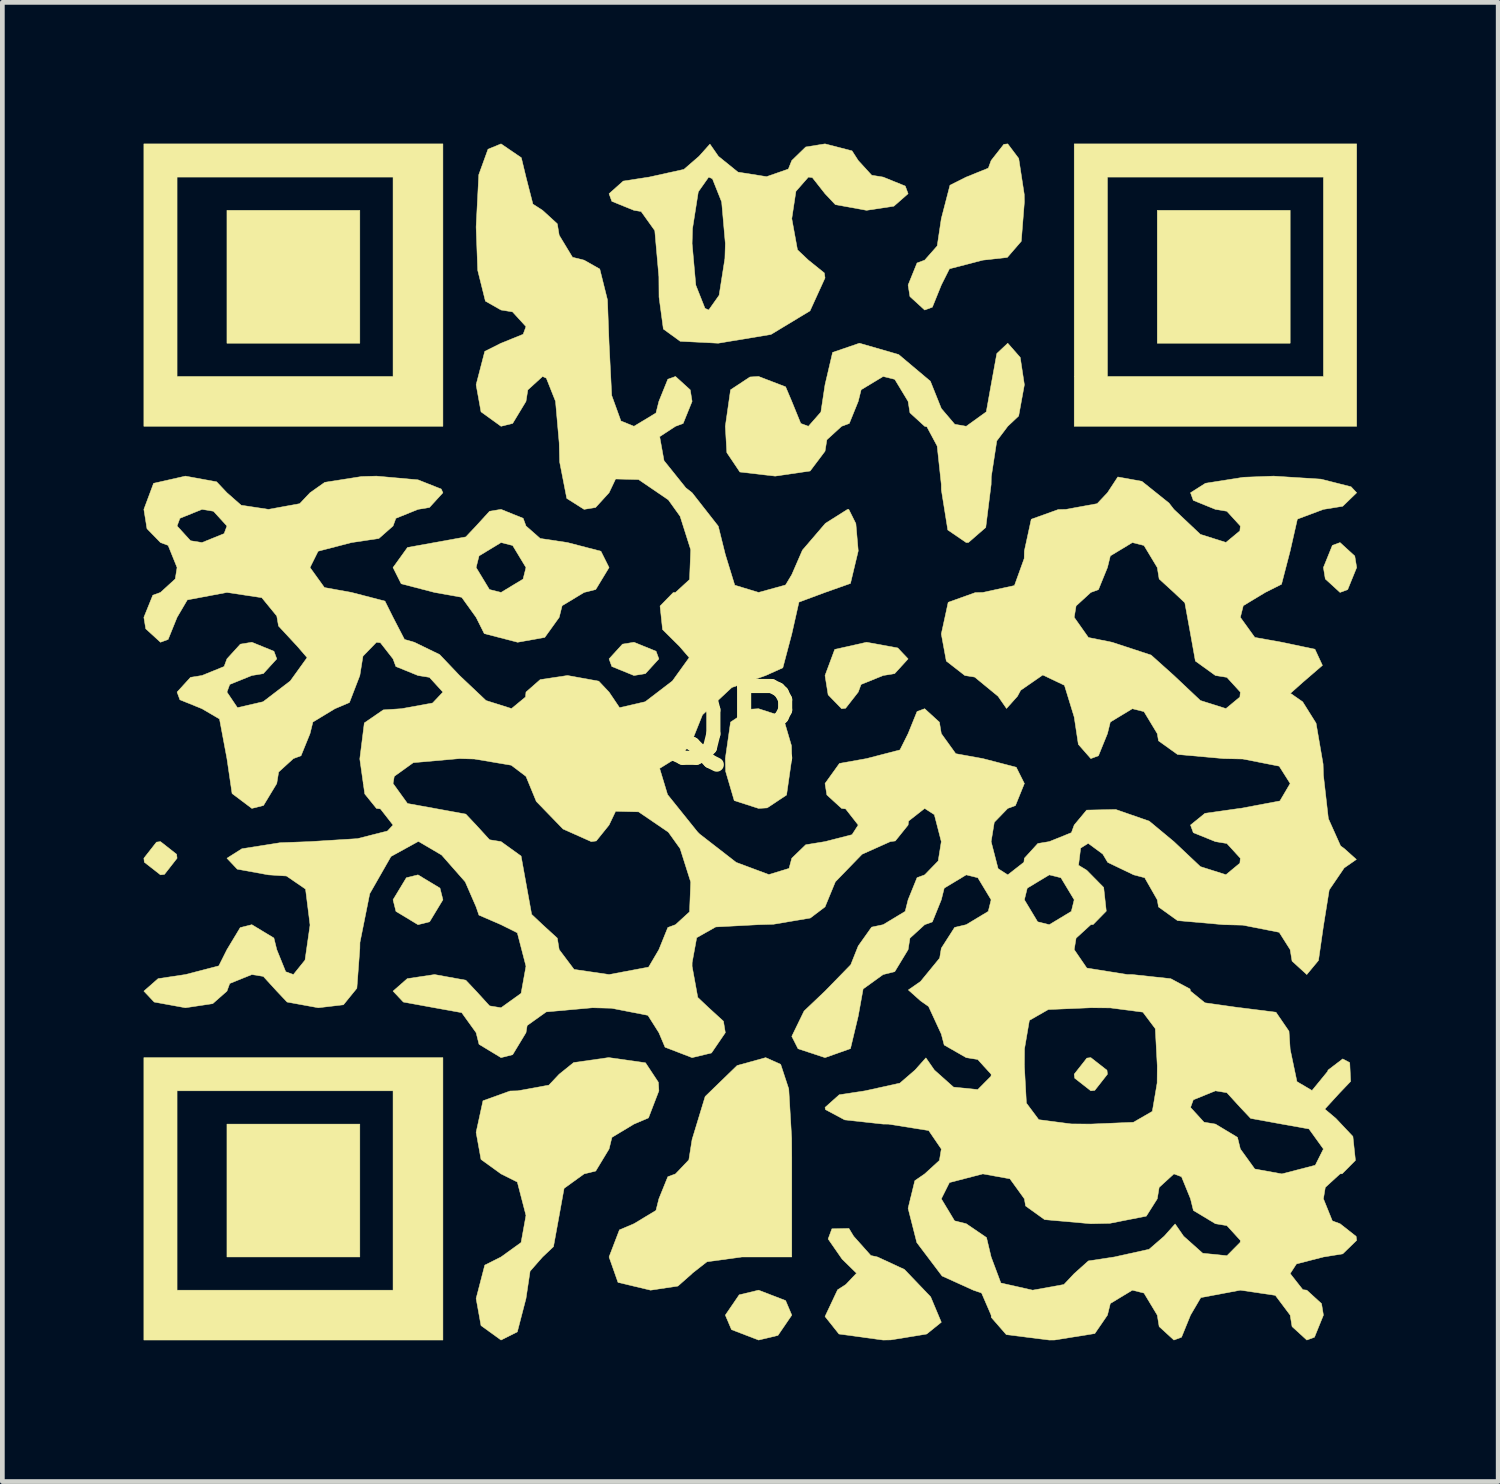
<source format=kicad_pcb>
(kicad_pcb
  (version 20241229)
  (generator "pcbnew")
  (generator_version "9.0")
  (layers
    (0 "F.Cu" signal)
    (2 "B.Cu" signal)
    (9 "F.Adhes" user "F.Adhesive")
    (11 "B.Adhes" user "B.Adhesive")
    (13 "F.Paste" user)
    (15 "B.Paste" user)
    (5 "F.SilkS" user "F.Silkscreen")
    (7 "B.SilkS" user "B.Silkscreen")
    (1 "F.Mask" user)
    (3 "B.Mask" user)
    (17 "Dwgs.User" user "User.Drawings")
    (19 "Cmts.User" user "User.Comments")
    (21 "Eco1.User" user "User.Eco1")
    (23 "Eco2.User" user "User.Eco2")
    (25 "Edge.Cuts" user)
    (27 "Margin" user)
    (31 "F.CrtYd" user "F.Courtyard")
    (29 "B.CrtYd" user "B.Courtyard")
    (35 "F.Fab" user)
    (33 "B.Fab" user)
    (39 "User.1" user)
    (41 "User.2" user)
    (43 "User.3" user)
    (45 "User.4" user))
  (footprint "QR"
    (layer "F.Cu")
    (at 12.352 12.352)
    (property "Reference" "QR" (at 0 0 0) (layer "F.SilkS") (effects (font (size 1.524 1.524) (thickness 0.3))))
    (attr through_hole)
    (fp_poly (pts (xy -7.761 -8.114) (xy -10.583 -8.114) (xy -10.583 -10.936) (xy -7.761 -10.936) (xy -7.761 -8.114)) (stroke (width 0.01) (type solid)) (fill yes) (layer "F.SilkS"))
    (fp_poly (pts (xy -7.761 11.289) (xy -10.583 11.289) (xy -10.583 8.467) (xy -7.761 8.467) (xy -7.761 11.289)) (stroke (width 0.01) (type solid)) (fill yes) (layer "F.SilkS"))
    (fp_poly (pts (xy 11.994 -8.114) (xy 9.172 -8.114) (xy 9.172 -10.936) (xy 11.994 -10.936) (xy 11.994 -8.114)) (stroke (width 0.01) (type solid)) (fill yes) (layer "F.SilkS"))
    (fp_poly (pts (xy -11.652 2.738) (xy -11.642 2.822) (xy -11.91 3.165) (xy -11.994 3.175) (xy -12.337 2.907) (xy -12.347 2.822) (xy -12.079 2.48) (xy -11.994 2.469) (xy -11.652 2.738)) (stroke (width 0.01) (type solid)) (fill yes) (layer "F.SilkS"))
    (fp_poly (pts (xy -6.059 3.457) (xy -5.997 3.704) (xy -6.28 4.172) (xy -6.526 4.233) (xy -6.994 3.951) (xy -7.056 3.704) (xy -6.773 3.236) (xy -6.526 3.175) (xy -6.059 3.457)) (stroke (width 0.01) (type solid)) (fill yes) (layer "F.SilkS"))
    (fp_poly (pts (xy -1.471 -1.573) (xy -1.411 -1.411) (xy -1.697 -1.098) (xy -1.94 -1.058) (xy -2.41 -1.249) (xy -2.469 -1.411) (xy -2.184 -1.724) (xy -1.94 -1.764) (xy -1.471 -1.573)) (stroke (width 0.01) (type solid)) (fill yes) (layer "F.SilkS"))
    (fp_poly (pts (xy 1.28 12.215) (xy 1.411 12.524) (xy 1.117 12.955) (xy 0.706 13.053) (xy 0.131 12.832) (xy 0 12.524) (xy 0.294 12.093) (xy 0.706 11.994) (xy 1.28 12.215)) (stroke (width 0.01) (type solid)) (fill yes) (layer "F.SilkS"))
    (fp_poly (pts (xy 8.104 7.324) (xy 8.114 7.408) (xy 7.845 7.751) (xy 7.761 7.761) (xy 7.419 7.493) (xy 7.408 7.408) (xy 7.677 7.066) (xy 7.761 7.056) (xy 8.104 7.324)) (stroke (width 0.01) (type solid)) (fill yes) (layer "F.SilkS"))
    (fp_poly (pts (xy 13.366 -3.595) (xy 13.406 -3.351) (xy 13.215 -2.882) (xy 13.053 -2.822) (xy 12.74 -3.108) (xy 12.7 -3.351) (xy 12.89 -3.821) (xy 13.053 -3.881) (xy 13.366 -3.595)) (stroke (width 0.01) (type solid)) (fill yes) (layer "F.SilkS"))
    (fp_poly (pts (xy -5.997 -6.35) (xy -12.347 -6.35) (xy -12.347 -11.642) (xy -11.642 -11.642) (xy -11.642 -7.408) (xy -7.056 -7.408) (xy -7.056 -11.642) (xy -11.642 -11.642) (xy -12.347 -11.642) (xy -12.347 -12.347) (xy -5.997 -12.347) (xy -5.997 -6.35)) (stroke (width 0.01) (type solid)) (fill yes) (layer "F.SilkS"))
    (fp_poly (pts (xy -5.997 13.053) (xy -12.347 13.053) (xy -12.347 7.761) (xy -11.642 7.761) (xy -11.642 11.994) (xy -7.056 11.994) (xy -7.056 7.761) (xy -11.642 7.761) (xy -12.347 7.761) (xy -12.347 7.056) (xy -5.997 7.056) (xy -5.997 13.053)) (stroke (width 0.01) (type solid)) (fill yes) (layer "F.SilkS"))
    (fp_poly (pts (xy 13.406 -6.35) (xy 7.408 -6.35) (xy 7.408 -11.642) (xy 8.114 -11.642) (xy 8.114 -7.408) (xy 12.7 -7.408) (xy 12.7 -11.642) (xy 8.114 -11.642) (xy 7.408 -11.642) (xy 7.408 -12.347) (xy 13.406 -12.347) (xy 13.406 -6.35)) (stroke (width 0.01) (type solid)) (fill yes) (layer "F.SilkS"))
    (fp_poly (pts (xy 1.222 -0.186) (xy 1.404 0.432) (xy 1.411 0.706) (xy 1.3 1.48) (xy 0.888 1.753) (xy 0.706 1.764) (xy 0.189 1.598) (xy 0.007 0.979) (xy 0 0.706) (xy 0.111 -0.069) (xy 0.523 -0.342) (xy 0.706 -0.353) (xy 1.222 -0.186)) (stroke (width 0.01) (type solid)) (fill yes) (layer "F.SilkS"))
    (fp_poly (pts (xy 3.662 -1.643) (xy 3.881 -1.411) (xy 3.595 -1.098) (xy 3.351 -1.058) (xy 2.882 -0.868) (xy 2.822 -0.706) (xy 2.554 -0.363) (xy 2.469 -0.353) (xy 2.183 -0.648) (xy 2.117 -1.058) (xy 2.323 -1.612) (xy 2.999 -1.764) (xy 3.662 -1.643)) (stroke (width 0.01) (type solid)) (fill yes) (layer "F.SilkS"))
    (fp_poly (pts (xy 2.724 10.848) (xy 3.09 11.258) (xy 3.23 11.289) (xy 3.803 11.554) (xy 4.36 12.136) (xy 4.586 12.675) (xy 4.276 12.925) (xy 3.514 13.05) (xy 3.351 13.053) (xy 2.413 12.925) (xy 2.117 12.553) (xy 2.384 11.986) (xy 2.558 11.874) (xy 2.786 11.634) (xy 2.48 11.335) (xy 2.183 10.907) (xy 2.263 10.691) (xy 2.624 10.683) (xy 2.724 10.848)) (stroke (width 0.01) (type solid)) (fill yes) (layer "F.SilkS"))
    (fp_poly (pts (xy 6.23 -12.037) (xy 6.347 -11.275) (xy 6.35 -11.113) (xy 6.284 -10.278) (xy 5.988 -9.936) (xy 5.468 -9.878) (xy 4.759 -9.694) (xy 4.586 -9.349) (xy 4.396 -8.879) (xy 4.233 -8.819) (xy 3.92 -9.105) (xy 3.881 -9.349) (xy 4.071 -9.818) (xy 4.233 -9.878) (xy 4.499 -10.18) (xy 4.586 -10.76) (xy 4.77 -11.469) (xy 5.115 -11.642) (xy 5.585 -11.832) (xy 5.644 -11.994) (xy 5.913 -12.337) (xy 5.997 -12.347) (xy 6.23 -12.037)) (stroke (width 0.01) (type solid)) (fill yes) (layer "F.SilkS"))
    (fp_poly (pts (xy 1.175 7.198) (xy 1.347 7.721) (xy 1.408 8.765) (xy 1.411 9.172) (xy 1.411 11.289) (xy 0.353 11.289) (xy -0.39 11.391) (xy -0.705 11.637) (xy -0.706 11.642) (xy -1.007 11.907) (xy -1.587 11.994) (xy -2.279 11.829) (xy -2.469 11.289) (xy -2.249 10.714) (xy -1.94 10.583) (xy -1.473 10.301) (xy -1.411 10.054) (xy -1.221 9.585) (xy -1.058 9.525) (xy -0.775 9.228) (xy -0.706 8.794) (xy -0.428 7.881) (xy 0.25 7.224) (xy 0.857 7.056) (xy 1.175 7.198)) (stroke (width 0.01) (type solid)) (fill yes) (layer "F.SilkS"))
    (fp_poly (pts (xy -4.293 -4.396) (xy -4.233 -4.233) (xy -3.931 -3.968) (xy -3.351 -3.881) (xy -2.642 -3.697) (xy -2.469 -3.351) (xy -2.752 -2.884) (xy -2.999 -2.822) (xy -3.466 -2.54) (xy -3.528 -2.293) (xy -3.834 -1.867) (xy -4.41 -1.764) (xy -5.119 -1.948) (xy -5.292 -2.293) (xy -5.598 -2.719) (xy -6.174 -2.822) (xy -6.883 -3.006) (xy -7.056 -3.351) (xy -5.292 -3.351) (xy -5.009 -2.884) (xy -4.763 -2.822) (xy -4.295 -3.105) (xy -4.233 -3.351) (xy -4.516 -3.819) (xy -4.763 -3.881) (xy -5.23 -3.598) (xy -5.292 -3.351) (xy -7.056 -3.351) (xy -6.749 -3.777) (xy -6.174 -3.881) (xy -5.511 -4.001) (xy -5.292 -4.233) (xy -5.006 -4.546) (xy -4.763 -4.586) (xy -4.293 -4.396)) (stroke (width 0.01) (type solid)) (fill yes) (layer "F.SilkS"))
    (fp_poly (pts (xy -1.695 7.166) (xy -1.422 7.579) (xy -1.411 7.761) (xy -1.632 8.336) (xy -1.94 8.467) (xy -2.408 8.749) (xy -2.469 8.996) (xy -2.752 9.464) (xy -2.999 9.525) (xy -3.424 9.832) (xy -3.528 10.407) (xy -3.649 11.07) (xy -3.881 11.289) (xy -4.146 11.591) (xy -4.233 12.171) (xy -4.417 12.88) (xy -4.763 13.053) (xy -5.188 12.746) (xy -5.292 12.171) (xy -5.108 11.462) (xy -4.763 11.289) (xy -4.337 10.982) (xy -4.233 10.407) (xy -4.417 9.698) (xy -4.763 9.525) (xy -5.188 9.218) (xy -5.292 8.643) (xy -5.146 7.972) (xy -4.572 7.765) (xy -4.41 7.761) (xy -3.747 7.64) (xy -3.528 7.408) (xy -3.221 7.161) (xy -2.483 7.056) (xy -2.469 7.056) (xy -1.695 7.166)) (stroke (width 0.01) (type solid)) (fill yes) (layer "F.SilkS"))
    (fp_poly (pts (xy 3.68 -7.874) (xy 4.354 -7.307) (xy 4.586 -6.728) (xy 4.871 -6.393) (xy 5.115 -6.35) (xy 5.541 -6.657) (xy 5.644 -7.232) (xy 5.765 -7.895) (xy 5.997 -8.114) (xy 6.262 -7.812) (xy 6.35 -7.232) (xy 6.229 -6.569) (xy 5.997 -6.35) (xy 5.764 -6.04) (xy 5.647 -5.277) (xy 5.644 -5.115) (xy 5.53 -4.202) (xy 5.163 -3.883) (xy 5.115 -3.881) (xy 4.724 -4.148) (xy 4.587 -5.003) (xy 4.586 -5.115) (xy 4.498 -5.931) (xy 4.28 -6.339) (xy 4.233 -6.35) (xy 3.92 -6.636) (xy 3.881 -6.879) (xy 3.598 -7.347) (xy 3.351 -7.408) (xy 2.884 -7.126) (xy 2.822 -6.879) (xy 2.632 -6.41) (xy 2.469 -6.35) (xy 2.156 -6.064) (xy 2.117 -5.821) (xy 1.801 -5.401) (xy 1.058 -5.292) (xy 0.309 -5.379) (xy 0.032 -5.791) (xy 0 -6.35) (xy 0.111 -7.125) (xy 0.523 -7.397) (xy 0.706 -7.408) (xy 1.28 -7.188) (xy 1.411 -6.879) (xy 1.602 -6.41) (xy 1.764 -6.35) (xy 2.029 -6.652) (xy 2.117 -7.232) (xy 2.278 -7.919) (xy 2.847 -8.114) (xy 2.847 -8.114) (xy 3.68 -7.874)) (stroke (width 0.01) (type solid)) (fill yes) (layer "F.SilkS"))
    (fp_poly (pts (xy 2.69 -12.199) (xy 2.822 -11.994) (xy 3.108 -11.681) (xy 3.351 -11.642) (xy 3.821 -11.451) (xy 3.881 -11.289) (xy 3.579 -11.024) (xy 2.999 -10.936) (xy 2.336 -11.057) (xy 2.117 -11.289) (xy 1.848 -11.631) (xy 1.764 -11.642) (xy 1.499 -11.34) (xy 1.411 -10.76) (xy 1.532 -10.097) (xy 1.764 -9.878) (xy 2.102 -9.606) (xy 2.117 -9.5) (xy 1.798 -8.801) (xy 0.969 -8.3) (xy -0.151 -8.114) (xy -0.958 -8.155) (xy -1.316 -8.415) (xy -1.408 -9.096) (xy -1.411 -9.525) (xy -1.474 -10.231) (xy -0.706 -10.231) (xy -0.627 -9.347) (xy -0.432 -8.855) (xy -0.353 -8.819) (xy -0.132 -9.132) (xy -0.009 -9.914) (xy 0 -10.231) (xy -0.078 -11.114) (xy -0.274 -11.606) (xy -0.353 -11.642) (xy -0.574 -11.329) (xy -0.697 -10.547) (xy -0.706 -10.231) (xy -1.474 -10.231) (xy -1.498 -10.506) (xy -1.788 -10.911) (xy -1.94 -10.936) (xy -2.41 -11.127) (xy -2.469 -11.289) (xy -2.168 -11.557) (xy -1.617 -11.642) (xy -0.88 -11.805) (xy -0.559 -12.083) (xy -0.327 -12.342) (xy -0.147 -12.083) (xy 0.269 -11.747) (xy 0.876 -11.651) (xy 1.338 -11.812) (xy 1.411 -11.994) (xy 1.707 -12.281) (xy 2.117 -12.347) (xy 2.69 -12.199)) (stroke (width 0.01) (type solid)) (fill yes) (layer "F.SilkS"))
    (fp_poly (pts (xy -4.332 -12.053) (xy -4.233 -11.642) (xy -4.086 -11.068) (xy -3.881 -10.936) (xy -3.568 -10.65) (xy -3.528 -10.407) (xy -3.245 -9.939) (xy -2.999 -9.878) (xy -2.666 -9.689) (xy -2.503 -9.035) (xy -2.469 -8.114) (xy -2.413 -7.005) (xy -2.217 -6.463) (xy -1.94 -6.35) (xy -1.473 -6.632) (xy -1.411 -6.879) (xy -1.221 -7.349) (xy -1.058 -7.408) (xy -0.745 -7.123) (xy -0.706 -6.879) (xy -0.896 -6.41) (xy -1.058 -6.35) (xy -1.394 -6.13) (xy -1.302 -5.62) (xy -0.839 -5.043) (xy -0.706 -4.939) (xy -0.15 -4.229) (xy 0 -3.626) (xy 0.2 -2.976) (xy 0.706 -2.822) (xy 1.279 -2.98) (xy 1.411 -3.2) (xy 1.637 -3.72) (xy 2.125 -4.289) (xy 2.592 -4.584) (xy 2.621 -4.586) (xy 2.772 -4.283) (xy 2.822 -3.704) (xy 2.657 -3.013) (xy 2.117 -2.822) (xy 1.563 -2.616) (xy 1.411 -1.94) (xy 1.221 -1.222) (xy 0.857 -1.058) (xy 0.137 -0.803) (xy -0.485 -0.223) (xy -0.706 0.328) (xy -0.959 0.69) (xy -1.058 0.706) (xy -1.395 0.915) (xy -1.227 1.471) (xy -0.589 2.265) (xy -0.545 2.309) (xy 0.23 2.91) (xy 0.924 3.169) (xy 1.353 3.038) (xy 1.411 2.822) (xy 1.707 2.536) (xy 2.117 2.469) (xy 2.69 2.322) (xy 2.822 2.117) (xy 2.554 1.774) (xy 2.469 1.764) (xy 2.156 1.478) (xy 2.117 1.235) (xy 2.423 0.809) (xy 2.999 0.706) (xy 3.708 0.522) (xy 3.881 0.176) (xy 4.071 -0.293) (xy 4.233 -0.353) (xy 4.546 -0.067) (xy 4.586 0.176) (xy 4.893 0.602) (xy 5.468 0.706) (xy 6.177 0.89) (xy 6.35 1.235) (xy 6.16 1.704) (xy 5.997 1.764) (xy 5.711 2.059) (xy 5.644 2.469) (xy 5.792 3.043) (xy 5.997 3.175) (xy 6.34 2.907) (xy 6.35 2.822) (xy 6.636 2.509) (xy 6.879 2.469) (xy 7.349 2.279) (xy 7.408 2.117) (xy 7.672 1.8) (xy 8.29 1.787) (xy 9.001 2.034) (xy 9.525 2.469) (xy 10.088 3) (xy 10.63 3.172) (xy 10.926 2.927) (xy 10.936 2.822) (xy 10.65 2.509) (xy 10.407 2.469) (xy 9.937 2.279) (xy 9.878 2.117) (xy 10.184 1.869) (xy 10.923 1.764) (xy 10.936 1.764) (xy 11.776 1.606) (xy 11.994 1.235) (xy 11.761 0.867) (xy 10.989 0.715) (xy 10.583 0.706) (xy 9.602 0.618) (xy 9.198 0.329) (xy 9.172 0.176) (xy 8.89 -0.291) (xy 8.643 -0.353) (xy 8.175 -0.07) (xy 8.114 0.176) (xy 7.923 0.646) (xy 7.761 0.706) (xy 7.496 0.404) (xy 7.408 -0.176) (xy 7.201 -0.85) (xy 6.741 -1.069) (xy 6.271 -0.744) (xy 6.203 -0.617) (xy 5.971 -0.358) (xy 5.791 -0.617) (xy 5.296 -1.024) (xy 5.086 -1.058) (xy 4.692 -1.365) (xy 4.586 -1.94) (xy 4.663 -2.293) (xy 7.408 -2.293) (xy 7.71 -1.865) (xy 8.212 -1.764) (xy 9.041 -1.492) (xy 9.525 -1.058) (xy 10.088 -0.527) (xy 10.63 -0.356) (xy 10.926 -0.601) (xy 10.936 -0.706) (xy 10.65 -1.019) (xy 10.407 -1.058) (xy 9.981 -1.365) (xy 9.878 -1.94) (xy 9.757 -2.603) (xy 9.525 -2.822) (xy 9.212 -3.108) (xy 9.172 -3.351) (xy 8.89 -3.819) (xy 8.643 -3.881) (xy 8.175 -3.598) (xy 8.114 -3.351) (xy 7.923 -2.882) (xy 7.761 -2.822) (xy 7.448 -2.536) (xy 7.408 -2.293) (xy 4.663 -2.293) (xy 4.732 -2.612) (xy 5.306 -2.818) (xy 5.468 -2.822) (xy 6.139 -2.968) (xy 6.346 -3.542) (xy 6.35 -3.704) (xy 6.496 -4.376) (xy 7.069 -4.582) (xy 7.232 -4.586) (xy 7.895 -4.707) (xy 8.114 -4.939) (xy 8.334 -5.274) (xy 8.844 -5.182) (xy 9.421 -4.72) (xy 9.525 -4.586) (xy 10.088 -4.055) (xy 10.63 -3.884) (xy 10.926 -4.129) (xy 10.936 -4.233) (xy 10.65 -4.546) (xy 10.407 -4.586) (xy 9.937 -4.777) (xy 9.878 -4.939) (xy 10.195 -5.14) (xy 11.006 -5.268) (xy 11.642 -5.292) (xy 12.648 -5.228) (xy 13.287 -5.066) (xy 13.406 -4.939) (xy 13.11 -4.652) (xy 12.7 -4.586) (xy 12.147 -4.379) (xy 11.994 -3.704) (xy 11.81 -2.995) (xy 11.465 -2.822) (xy 10.998 -2.54) (xy 10.936 -2.293) (xy 11.243 -1.867) (xy 11.818 -1.764) (xy 12.52 -1.616) (xy 12.679 -1.273) (xy 12.259 -0.911) (xy 12 -0.68) (xy 12.259 -0.5) (xy 12.544 -0.045) (xy 12.693 0.822) (xy 12.7 1.058) (xy 12.805 1.981) (xy 13.065 2.561) (xy 13.141 2.616) (xy 13.4 2.848) (xy 13.141 3.028) (xy 12.823 3.495) (xy 12.7 4.263) (xy 12.595 4.993) (xy 12.347 5.292) (xy 12.034 5.006) (xy 11.994 4.763) (xy 11.761 4.395) (xy 10.989 4.243) (xy 10.583 4.233) (xy 9.602 4.146) (xy 9.198 3.856) (xy 9.172 3.704) (xy 8.905 3.236) (xy 8.672 3.175) (xy 8.12 2.91) (xy 8.015 2.734) (xy 7.706 2.506) (xy 7.545 2.606) (xy 7.5 2.971) (xy 7.673 3.076) (xy 8.034 3.442) (xy 8.089 3.945) (xy 7.81 4.23) (xy 7.761 4.233) (xy 7.448 4.519) (xy 7.408 4.763) (xy 7.676 5.154) (xy 8.531 5.291) (xy 8.643 5.292) (xy 9.459 5.38) (xy 9.867 5.598) (xy 9.878 5.644) (xy 10.184 5.892) (xy 10.923 5.997) (xy 10.936 5.997) (xy 11.692 6.092) (xy 11.969 6.496) (xy 11.994 6.879) (xy 12.138 7.566) (xy 12.458 7.754) (xy 12.787 7.352) (xy 12.799 7.32) (xy 13.11 7.083) (xy 13.259 7.163) (xy 13.278 7.561) (xy 13.043 7.807) (xy 12.73 8.149) (xy 12.965 8.347) (xy 13.326 8.73) (xy 13.38 9.238) (xy 13.098 9.522) (xy 13.053 9.525) (xy 12.74 9.811) (xy 12.7 10.054) (xy 12.89 10.524) (xy 13.053 10.583) (xy 13.395 10.852) (xy 13.406 10.936) (xy 13.11 11.223) (xy 12.7 11.289) (xy 12.127 11.437) (xy 11.994 11.642) (xy 12.263 11.984) (xy 12.347 11.994) (xy 12.66 12.28) (xy 12.7 12.524) (xy 12.51 12.993) (xy 12.347 13.053) (xy 12.034 12.767) (xy 11.994 12.524) (xy 11.679 12.104) (xy 10.936 11.994) (xy 10.096 12.152) (xy 9.878 12.524) (xy 9.687 12.993) (xy 9.525 13.053) (xy 9.212 12.767) (xy 9.172 12.524) (xy 8.89 12.056) (xy 8.643 11.994) (xy 8.175 12.277) (xy 8.114 12.524) (xy 7.846 12.915) (xy 6.992 13.052) (xy 6.879 13.053) (xy 5.966 12.938) (xy 5.647 12.572) (xy 5.644 12.524) (xy 5.441 12.054) (xy 5.266 11.994) (xy 4.602 11.693) (xy 4.066 10.983) (xy 3.881 10.256) (xy 3.93 10.054) (xy 4.586 10.054) (xy 4.868 10.522) (xy 5.115 10.583) (xy 5.546 10.877) (xy 5.644 11.289) (xy 5.851 11.842) (xy 6.526 11.994) (xy 7.189 11.874) (xy 7.408 11.642) (xy 7.709 11.373) (xy 8.261 11.289) (xy 8.998 11.126) (xy 9.319 10.848) (xy 9.551 10.588) (xy 9.731 10.848) (xy 10.137 11.21) (xy 10.652 11.262) (xy 10.934 10.977) (xy 10.936 10.936) (xy 10.65 10.623) (xy 10.407 10.583) (xy 9.939 10.301) (xy 9.878 10.054) (xy 9.687 9.585) (xy 9.525 9.525) (xy 9.212 9.811) (xy 9.172 10.054) (xy 8.939 10.422) (xy 8.167 10.574) (xy 7.761 10.583) (xy 6.78 10.496) (xy 6.376 10.206) (xy 6.35 10.054) (xy 6.043 9.629) (xy 5.468 9.525) (xy 4.759 9.709) (xy 4.586 10.054) (xy 3.93 10.054) (xy 4.024 9.669) (xy 4.233 9.525) (xy 4.546 9.239) (xy 4.586 8.996) (xy 4.318 8.604) (xy 3.464 8.468) (xy 3.351 8.467) (xy 2.535 8.378) (xy 2.127 8.16) (xy 2.117 8.114) (xy 2.418 7.845) (xy 2.969 7.761) (xy 3.706 7.598) (xy 4.028 7.32) (xy 4.259 7.061) (xy 4.439 7.32) (xy 4.845 7.682) (xy 5.36 7.734) (xy 5.642 7.45) (xy 5.644 7.408) (xy 5.483 7.232) (xy 6.35 7.232) (xy 6.393 8.022) (xy 6.656 8.374) (xy 7.345 8.464) (xy 7.761 8.467) (xy 8.665 8.429) (xy 9.066 8.198) (xy 9.081 8.114) (xy 9.878 8.114) (xy 10.164 8.427) (xy 10.407 8.467) (xy 10.875 8.749) (xy 10.936 8.996) (xy 11.243 9.421) (xy 11.818 9.525) (xy 12.527 9.341) (xy 12.7 8.996) (xy 12.393 8.57) (xy 11.818 8.467) (xy 11.155 8.346) (xy 10.936 8.114) (xy 10.65 7.801) (xy 10.407 7.761) (xy 9.937 7.952) (xy 9.878 8.114) (xy 9.081 8.114) (xy 9.169 7.596) (xy 9.172 7.232) (xy 9.13 6.441) (xy 8.866 6.09) (xy 8.177 6) (xy 7.761 5.997) (xy 6.858 6.035) (xy 6.456 6.265) (xy 6.353 6.868) (xy 6.35 7.232) (xy 5.483 7.232) (xy 5.359 7.095) (xy 5.115 7.056) (xy 4.647 6.788) (xy 4.586 6.556) (xy 4.316 5.97) (xy 4.145 5.85) (xy 3.886 5.619) (xy 4.145 5.439) (xy 4.551 4.943) (xy 4.586 4.733) (xy 4.869 4.291) (xy 5.115 4.233) (xy 5.583 3.951) (xy 5.644 3.704) (xy 6.35 3.704) (xy 6.632 4.172) (xy 6.879 4.233) (xy 7.347 3.951) (xy 7.408 3.704) (xy 7.126 3.236) (xy 6.879 3.175) (xy 6.411 3.457) (xy 6.35 3.704) (xy 5.644 3.704) (xy 5.362 3.236) (xy 5.115 3.175) (xy 4.648 3.457) (xy 4.586 3.704) (xy 4.396 4.174) (xy 4.233 4.233) (xy 3.92 4.519) (xy 3.881 4.763) (xy 3.598 5.23) (xy 3.351 5.292) (xy 2.926 5.598) (xy 2.822 6.174) (xy 2.657 6.865) (xy 2.117 7.056) (xy 1.544 6.867) (xy 1.411 6.604) (xy 1.672 6.067) (xy 2.117 5.644) (xy 2.663 5.084) (xy 2.822 4.685) (xy 3.106 4.285) (xy 3.351 4.233) (xy 3.819 3.951) (xy 3.881 3.704) (xy 4.071 3.235) (xy 4.233 3.175) (xy 4.52 2.88) (xy 4.586 2.469) (xy 4.438 1.896) (xy 4.233 1.764) (xy 3.891 2.032) (xy 3.881 2.117) (xy 3.609 2.455) (xy 3.503 2.469) (xy 2.904 2.737) (xy 2.336 3.323) (xy 2.117 3.855) (xy 1.804 4.092) (xy 1.022 4.224) (xy 0.706 4.233) (xy -0.204 4.281) (xy -0.608 4.509) (xy -0.705 5.038) (xy -0.706 5.115) (xy -0.585 5.778) (xy -0.353 5.997) (xy -0.04 6.283) (xy 0 6.526) (xy -0.294 6.957) (xy -0.706 7.056) (xy -1.28 6.835) (xy -1.411 6.526) (xy -1.644 6.158) (xy -2.417 6.007) (xy -2.822 5.997) (xy -3.803 6.085) (xy -4.208 6.374) (xy -4.233 6.526) (xy -4.516 6.994) (xy -4.763 7.056) (xy -5.23 6.773) (xy -5.292 6.526) (xy -5.598 6.101) (xy -6.174 5.997) (xy -6.837 5.876) (xy -7.056 5.644) (xy -6.754 5.379) (xy -6.174 5.292) (xy -5.511 5.412) (xy -5.292 5.644) (xy -5.006 5.957) (xy -4.763 5.997) (xy -4.337 5.691) (xy -4.233 5.115) (xy -4.417 4.406) (xy -4.763 4.233) (xy -5.232 4.03) (xy -5.292 3.855) (xy -5.523 3.324) (xy -6.024 2.754) (xy -6.507 2.47) (xy -6.526 2.469) (xy -7.099 2.784) (xy -7.551 3.575) (xy -7.759 4.612) (xy -7.761 4.737) (xy -7.824 5.583) (xy -8.109 5.934) (xy -8.643 5.997) (xy -9.306 5.876) (xy -9.525 5.644) (xy -9.811 5.331) (xy -10.054 5.292) (xy -10.524 5.482) (xy -10.583 5.644) (xy -10.885 5.91) (xy -11.465 5.997) (xy -12.128 5.876) (xy -12.347 5.644) (xy -12.045 5.379) (xy -11.465 5.292) (xy -10.756 5.108) (xy -10.583 4.763) (xy -10.301 4.295) (xy -10.054 4.233) (xy -9.586 4.516) (xy -9.525 4.763) (xy -9.335 5.232) (xy -9.172 5.292) (xy -8.925 4.985) (xy -8.819 4.247) (xy -8.819 4.233) (xy -8.914 3.477) (xy -9.318 3.2) (xy -9.701 3.175) (xy -10.364 3.054) (xy -10.583 2.822) (xy -10.266 2.621) (xy -9.455 2.493) (xy -8.819 2.469) (xy -7.813 2.406) (xy -7.175 2.244) (xy -7.056 2.117) (xy -7.324 1.774) (xy -7.408 1.764) (xy -7.656 1.457) (xy -7.688 1.235) (xy -7.056 1.235) (xy -6.749 1.66) (xy -6.174 1.764) (xy -5.511 1.885) (xy -5.292 2.117) (xy -5.006 2.43) (xy -4.763 2.469) (xy -4.337 2.776) (xy -4.233 3.351) (xy -4.113 4.014) (xy -3.881 4.233) (xy -3.568 4.519) (xy -3.528 4.763) (xy -3.212 5.183) (xy -2.469 5.292) (xy -1.629 5.134) (xy -1.411 4.763) (xy -1.221 4.293) (xy -1.058 4.233) (xy -0.76 3.96) (xy -0.735 3.327) (xy -0.96 2.617) (xy -1.21 2.268) (xy -1.842 1.837) (xy -2.33 1.825) (xy -2.469 2.117) (xy -2.741 2.455) (xy -2.847 2.469) (xy -3.446 2.202) (xy -4.014 1.616) (xy -4.233 1.084) (xy -4.546 0.847) (xy -5.328 0.715) (xy -5.644 0.706) (xy -6.626 0.793) (xy -7.03 1.083) (xy -7.056 1.235) (xy -7.688 1.235) (xy -7.761 0.719) (xy -7.761 0.706) (xy -7.666 -0.051) (xy -7.263 -0.328) (xy -6.879 -0.353) (xy -6.216 -0.474) (xy -5.997 -0.706) (xy -6.283 -1.019) (xy -6.526 -1.058) (xy -6.996 -1.249) (xy -7.056 -1.411) (xy -7.324 -1.754) (xy -7.408 -1.764) (xy -7.695 -1.468) (xy -7.761 -1.058) (xy -7.982 -0.484) (xy -8.29 -0.353) (xy -8.758 -0.07) (xy -8.819 0.176) (xy -9.01 0.646) (xy -9.172 0.706) (xy -9.485 0.991) (xy -9.525 1.235) (xy -9.807 1.702) (xy -10.054 1.764) (xy -10.474 1.448) (xy -10.583 0.706) (xy -10.741 -0.135) (xy -11.113 -0.353) (xy -11.582 -0.543) (xy -11.642 -0.706) (xy -11.356 -1.019) (xy -11.113 -1.058) (xy -10.643 -1.249) (xy -10.583 -1.411) (xy -10.298 -1.724) (xy -10.054 -1.764) (xy -9.585 -1.573) (xy -9.525 -1.411) (xy -9.811 -1.098) (xy -10.054 -1.058) (xy -10.524 -0.868) (xy -10.583 -0.706) (xy -10.36 -0.375) (xy -9.815 -0.501) (xy -9.238 -0.942) (xy -8.881 -1.438) (xy -9.087 -1.677) (xy -9.488 -2.109) (xy -9.525 -2.322) (xy -9.843 -2.711) (xy -10.583 -2.822) (xy -11.424 -2.664) (xy -11.642 -2.293) (xy -11.832 -1.824) (xy -11.994 -1.764) (xy -12.307 -2.05) (xy -12.347 -2.293) (xy -12.157 -2.763) (xy -11.994 -2.822) (xy -11.681 -3.108) (xy -11.642 -3.351) (xy -11.832 -3.821) (xy -11.994 -3.881) (xy -12.281 -4.176) (xy -12.29 -4.233) (xy -11.642 -4.233) (xy -11.356 -3.92) (xy -11.113 -3.881) (xy -10.643 -4.071) (xy -10.583 -4.233) (xy -10.869 -4.546) (xy -11.113 -4.586) (xy -11.582 -4.396) (xy -11.642 -4.233) (xy -12.29 -4.233) (xy -12.347 -4.586) (xy -12.141 -5.139) (xy -11.465 -5.292) (xy -10.802 -5.171) (xy -10.583 -4.939) (xy -10.281 -4.674) (xy -9.701 -4.586) (xy -9.038 -4.707) (xy -8.819 -4.939) (xy -8.506 -5.16) (xy -7.725 -5.283) (xy -7.408 -5.292) (xy -6.525 -5.213) (xy -6.033 -5.018) (xy -5.997 -4.939) (xy -6.283 -4.626) (xy -6.526 -4.586) (xy -6.996 -4.396) (xy -7.056 -4.233) (xy -7.357 -3.968) (xy -7.938 -3.881) (xy -8.647 -3.697) (xy -8.819 -3.351) (xy -8.513 -2.926) (xy -7.938 -2.822) (xy -7.228 -2.638) (xy -7.056 -2.293) (xy -6.813 -1.824) (xy -6.604 -1.764) (xy -6.067 -1.503) (xy -5.644 -1.058) (xy -5.082 -0.527) (xy -4.54 -0.356) (xy -4.243 -0.601) (xy -4.233 -0.706) (xy -3.931 -0.971) (xy -3.351 -1.058) (xy -2.688 -0.938) (xy -2.469 -0.706) (xy -2.246 -0.375) (xy -1.701 -0.501) (xy -1.124 -0.942) (xy -0.767 -1.438) (xy -0.973 -1.677) (xy -1.333 -2.034) (xy -1.386 -2.533) (xy -1.107 -2.819) (xy -1.058 -2.822) (xy -0.76 -3.096) (xy -0.735 -3.729) (xy -0.96 -4.439) (xy -1.21 -4.788) (xy -1.842 -5.219) (xy -2.33 -5.231) (xy -2.469 -4.939) (xy -2.755 -4.626) (xy -2.999 -4.586) (xy -3.367 -4.819) (xy -3.518 -5.592) (xy -3.528 -5.997) (xy -3.606 -6.881) (xy -3.801 -7.372) (xy -3.881 -7.408) (xy -4.194 -7.123) (xy -4.233 -6.879) (xy -4.516 -6.411) (xy -4.763 -6.35) (xy -5.188 -6.657) (xy -5.292 -7.232) (xy -5.108 -7.941) (xy -4.763 -8.114) (xy -4.293 -8.304) (xy -4.233 -8.467) (xy -4.519 -8.78) (xy -4.763 -8.819) (xy -5.095 -9.008) (xy -5.258 -9.662) (xy -5.292 -10.583) (xy -5.235 -11.693) (xy -5.039 -12.234) (xy -4.763 -12.347) (xy -4.332 -12.053)) (stroke (width 0.01) (type solid)) (fill yes) (layer "F.SilkS")))
  (gr_rect
    (start -3 -3)
    (end 28.763 28.41)
    (stroke (width 0.1) (type default))
    (fill no)
    (layer "Edge.Cuts")))
</source>
